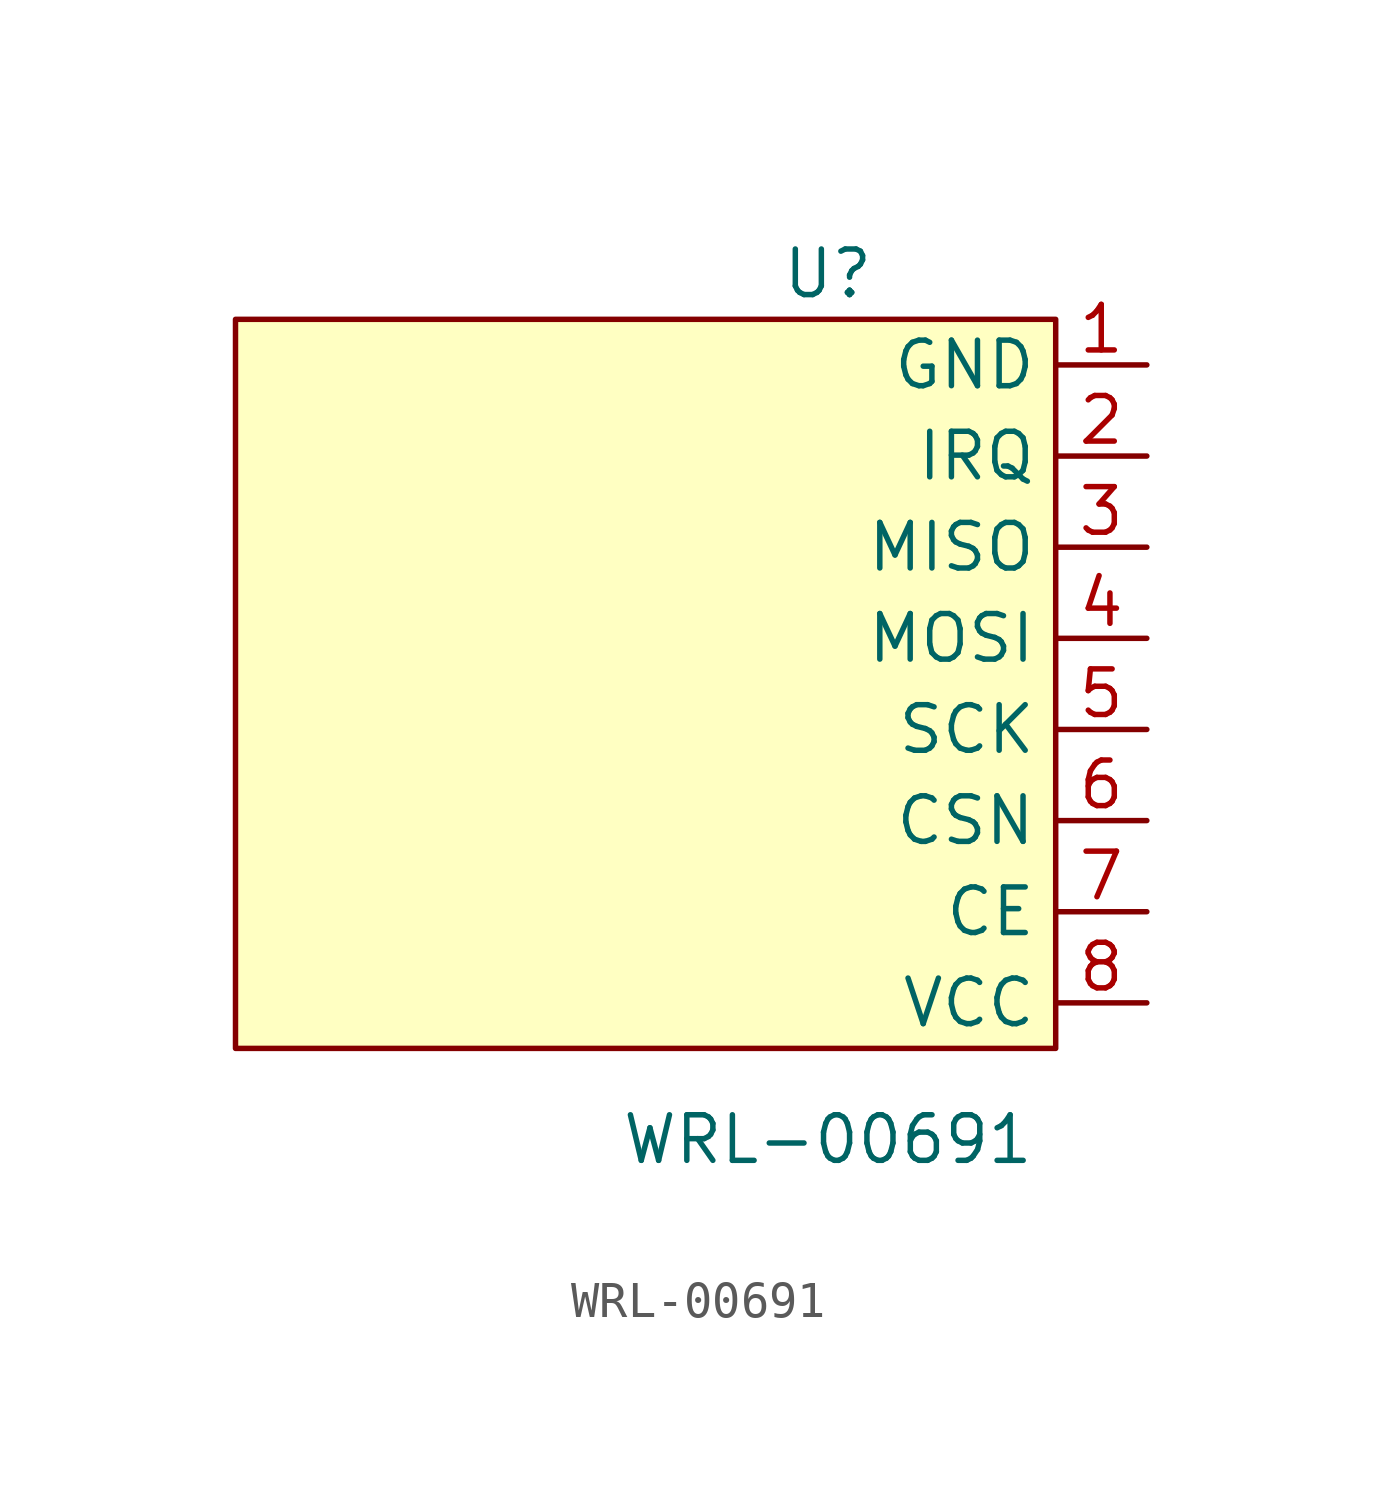
<source format=kicad_sym>
(kicad_symbol_lib
  (version 20211014)
  (generator kicad_symbol_editor)
  (symbol "WRL-00691"
    (property "Reference" "U"
      (at 0 11.43 0)
      (effects (font (size 1.27 1.27))))
    (property "Value" "WRL-00691"
      (at 0 -12.7 0)
      (effects (font (size 1.27 1.27))))
    (symbol "WRL-00691_0_1"
      (rectangle (start -16.51 10.16) (end 6.35 -10.16) (stroke (width 0) (type default) (color 0 0 0 0)) (fill (type background))))
    (symbol "WRL-00691_1_1"
      (pin input line (at 8.89 8.89 180) (length 2.54) (name "GND" (effects (font (size 1.27 1.27)))) (number "1" (effects (font (size 1.27 1.27)))))
      (pin input line (at 8.89 6.35 180) (length 2.54) (name "IRQ" (effects (font (size 1.27 1.27)))) (number "2" (effects (font (size 1.27 1.27)))))
      (pin input line (at 8.89 3.81 180) (length 2.54) (name "MISO" (effects (font (size 1.27 1.27)))) (number "3" (effects (font (size 1.27 1.27)))))
      (pin input line (at 8.89 1.27 180) (length 2.54) (name "MOSI" (effects (font (size 1.27 1.27)))) (number "4" (effects (font (size 1.27 1.27)))))
      (pin input line (at 8.89 -1.27 180) (length 2.54) (name "SCK" (effects (font (size 1.27 1.27)))) (number "5" (effects (font (size 1.27 1.27)))))
      (pin input line (at 8.89 -3.81 180) (length 2.54) (name "CSN" (effects (font (size 1.27 1.27)))) (number "6" (effects (font (size 1.27 1.27)))))
      (pin input line (at 8.89 -6.35 180) (length 2.54) (name "CE" (effects (font (size 1.27 1.27)))) (number "7" (effects (font (size 1.27 1.27)))))
      (pin input line (at 8.89 -8.89 180) (length 2.54) (name "VCC" (effects (font (size 1.27 1.27)))) (number "8" (effects (font (size 1.27 1.27))))))))
</source>
